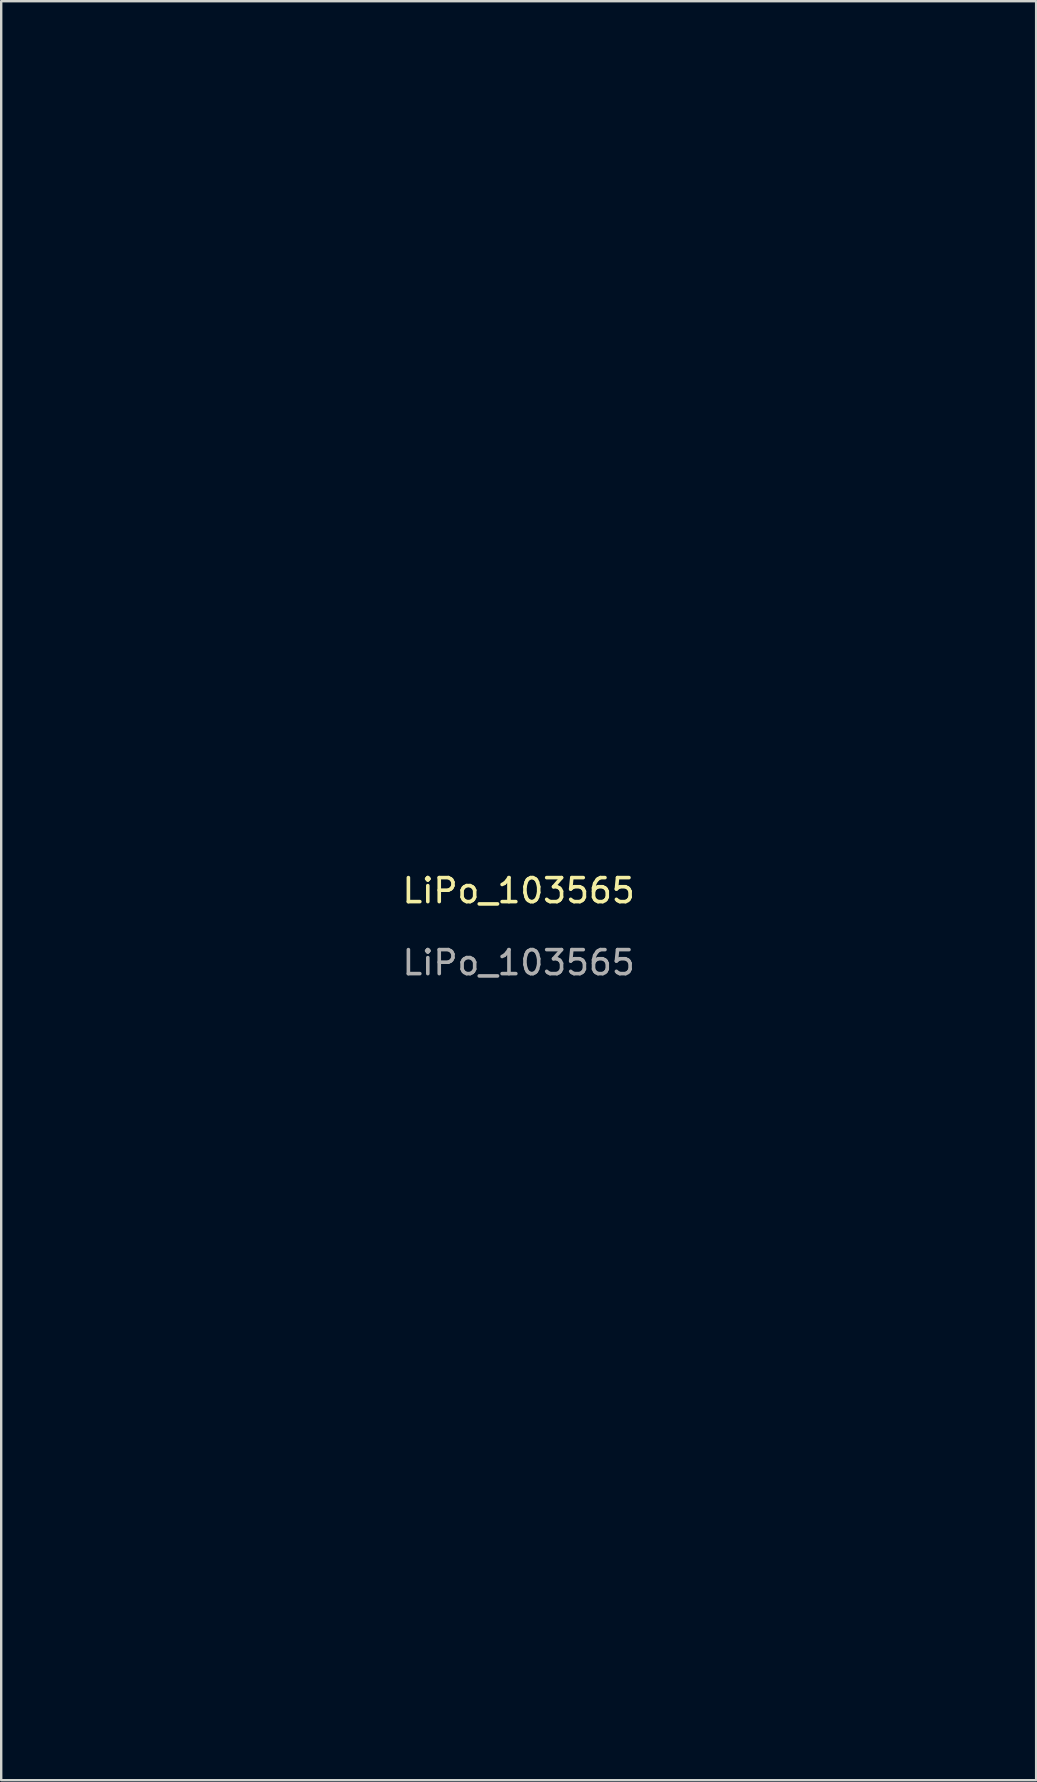
<source format=kicad_pcb>
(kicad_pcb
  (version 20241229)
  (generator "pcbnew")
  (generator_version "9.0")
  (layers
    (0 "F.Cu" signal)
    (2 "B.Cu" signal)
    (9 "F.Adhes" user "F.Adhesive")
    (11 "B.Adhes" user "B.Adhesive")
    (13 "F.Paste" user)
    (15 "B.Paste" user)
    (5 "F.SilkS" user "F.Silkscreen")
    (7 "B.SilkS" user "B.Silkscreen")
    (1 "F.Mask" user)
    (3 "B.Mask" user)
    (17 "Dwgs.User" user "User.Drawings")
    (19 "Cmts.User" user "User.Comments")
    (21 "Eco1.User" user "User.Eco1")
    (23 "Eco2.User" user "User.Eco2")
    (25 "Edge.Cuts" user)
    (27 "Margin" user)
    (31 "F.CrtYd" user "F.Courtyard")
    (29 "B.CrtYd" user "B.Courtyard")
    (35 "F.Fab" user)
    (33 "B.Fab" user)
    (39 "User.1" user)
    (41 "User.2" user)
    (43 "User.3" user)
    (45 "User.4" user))
  (footprint "LiPo_103565"
    (layer "F.Cu")
    (at 18.56 34.56)
    (property "Reference" "LiPo_103565" (at 0 -0.5 0) (unlocked yes) (layer "F.SilkS") (effects (font (size 1 1) (thickness 0.15))))
    (attr smd)
    (fp_rect (start -17.5 -32.5) (end 17.5 32.5) (stroke (width 0.12) (type solid)) (fill no) (layer "User.1"))
    (fp_rect (start -18.5 -33.5) (end 18.5 33.5) (stroke (width 0.12) (type solid)) (fill no) (layer "User.2"))
    (fp_rect (start -17.5 -34.5) (end 0 -31.5) (stroke (width 0.12) (type solid)) (fill no) (layer "User.2"))
    (fp_text user "${REFERENCE}" (at 0 2.5 0) (unlocked yes) (layer "F.Fab") (effects (font (size 1 1) (thickness 0.15)))))
  (gr_rect
    (start -3 -3)
    (end 40.12 71.12)
    (stroke (width 0.1) (type default))
    (fill no)
    (layer "Edge.Cuts")))
</source>
